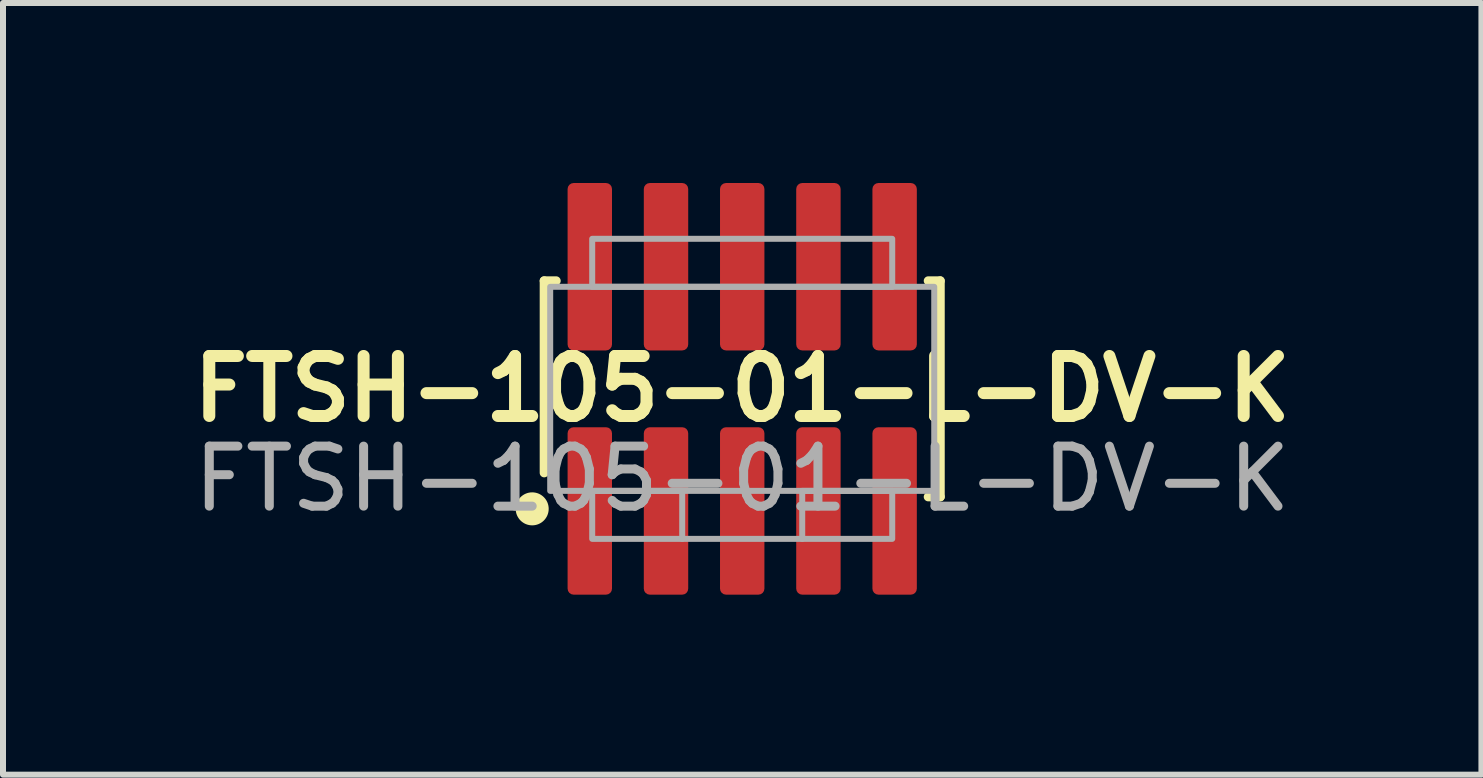
<source format=kicad_pcb>
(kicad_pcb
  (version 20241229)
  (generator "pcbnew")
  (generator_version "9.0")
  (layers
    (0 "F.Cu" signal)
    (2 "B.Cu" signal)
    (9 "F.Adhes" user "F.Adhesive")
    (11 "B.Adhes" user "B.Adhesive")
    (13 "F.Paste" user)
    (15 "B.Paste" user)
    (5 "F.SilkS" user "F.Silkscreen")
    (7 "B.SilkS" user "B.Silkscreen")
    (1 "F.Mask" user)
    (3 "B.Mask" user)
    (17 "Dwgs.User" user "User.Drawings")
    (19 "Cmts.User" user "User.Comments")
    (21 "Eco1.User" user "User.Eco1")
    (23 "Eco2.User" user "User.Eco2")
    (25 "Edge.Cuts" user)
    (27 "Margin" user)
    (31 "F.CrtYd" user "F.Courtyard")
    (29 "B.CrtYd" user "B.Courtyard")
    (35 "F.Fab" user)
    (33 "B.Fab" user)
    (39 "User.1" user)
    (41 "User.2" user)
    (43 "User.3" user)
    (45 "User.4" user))
  (footprint "FTSH-105-01-L-DV-K"
    (layer "F.Cu")
    (at 9.319 3.43)
    (property "Reference" "FTSH-105-01-L-DV-K" (at 0 0 0) (unlocked yes) (layer "F.SilkS") (effects (font (size 1 1) (thickness 0.2))))
    (attr smd)
    (fp_line (start -3.3 -1.8) (end -3.3 1.4) (stroke (width 0.15) (type default)) (layer "F.SilkS"))
    (fp_line (start -3.1 -1.8) (end -3.3 -1.8) (stroke (width 0.15) (type default)) (layer "F.SilkS"))
    (fp_line (start 3.1 -1.8) (end 3.3 -1.8) (stroke (width 0.15) (type default)) (layer "F.SilkS"))
    (fp_line (start 3.1 1.8) (end 3.3 1.8) (stroke (width 0.15) (type default)) (layer "F.SilkS"))
    (fp_line (start 3.3 -1.8) (end 3.3 1.8) (stroke (width 0.15) (type default)) (layer "F.SilkS"))
    (fp_circle (center -3.5 2) (end -3.3 2) (stroke (width 0.15) (type default)) (fill yes) (layer "F.SilkS"))
    (fp_line (start -1 2.5) (end 1 2.5) (stroke (width 0.1) (type default)) (layer "F.Fab"))
    (fp_rect (start -3.2 -1.7) (end 3.2 1.7) (stroke (width 0.1) (type default)) (fill no) (layer "F.Fab"))
    (fp_rect (start -2.5 -2.5) (end 2.5 -1.7) (stroke (width 0.1) (type default)) (fill no) (layer "F.Fab"))
    (fp_rect (start -2.5 1.7) (end -1 2.5) (stroke (width 0.1) (type default)) (fill no) (layer "F.Fab"))
    (fp_rect (start 1 1.7) (end 2.5 2.5) (stroke (width 0.1) (type default)) (fill no) (layer "F.Fab"))
    (fp_text user "${REFERENCE}" (at 0 1.5 0) (unlocked yes) (layer "F.Fab") (effects (font (size 1 1) (thickness 0.15))))
    (pad "1" smd roundrect (at -2.54 2.035 180) (size 0.74 2.79) (layers "F.Cu" "F.Mask" "F.Paste") (roundrect_rratio 0.135))
    (pad "2" smd roundrect (at -2.54 -2.035 180) (size 0.74 2.79) (layers "F.Cu" "F.Mask" "F.Paste") (roundrect_rratio 0.135))
    (pad "3" smd roundrect (at -1.27 2.035 180) (size 0.74 2.79) (layers "F.Cu" "F.Mask" "F.Paste") (roundrect_rratio 0.135))
    (pad "4" smd roundrect (at -1.27 -2.035 180) (size 0.74 2.79) (layers "F.Cu" "F.Mask" "F.Paste") (roundrect_rratio 0.135))
    (pad "5" smd roundrect (at 0 2.035 180) (size 0.74 2.79) (layers "F.Cu" "F.Mask" "F.Paste") (roundrect_rratio 0.135))
    (pad "6" smd roundrect (at 0 -2.035 180) (size 0.74 2.79) (layers "F.Cu" "F.Mask" "F.Paste") (roundrect_rratio 0.135))
    (pad "7" smd roundrect (at 1.27 2.035 180) (size 0.74 2.79) (layers "F.Cu" "F.Mask" "F.Paste") (roundrect_rratio 0.135))
    (pad "8" smd roundrect (at 1.27 -2.035 180) (size 0.74 2.79) (layers "F.Cu" "F.Mask" "F.Paste") (roundrect_rratio 0.135))
    (pad "9" smd roundrect (at 2.54 2.035 180) (size 0.74 2.79) (layers "F.Cu" "F.Mask" "F.Paste") (roundrect_rratio 0.135))
    (pad "10" smd roundrect (at 2.54 -2.035 180) (size 0.74 2.79) (layers "F.Cu" "F.Mask" "F.Paste") (roundrect_rratio 0.135)))
  (gr_rect
    (start -3 -3)
    (end 21.638 9.86)
    (stroke (width 0.1) (type default))
    (fill no)
    (layer "Edge.Cuts")))
</source>
